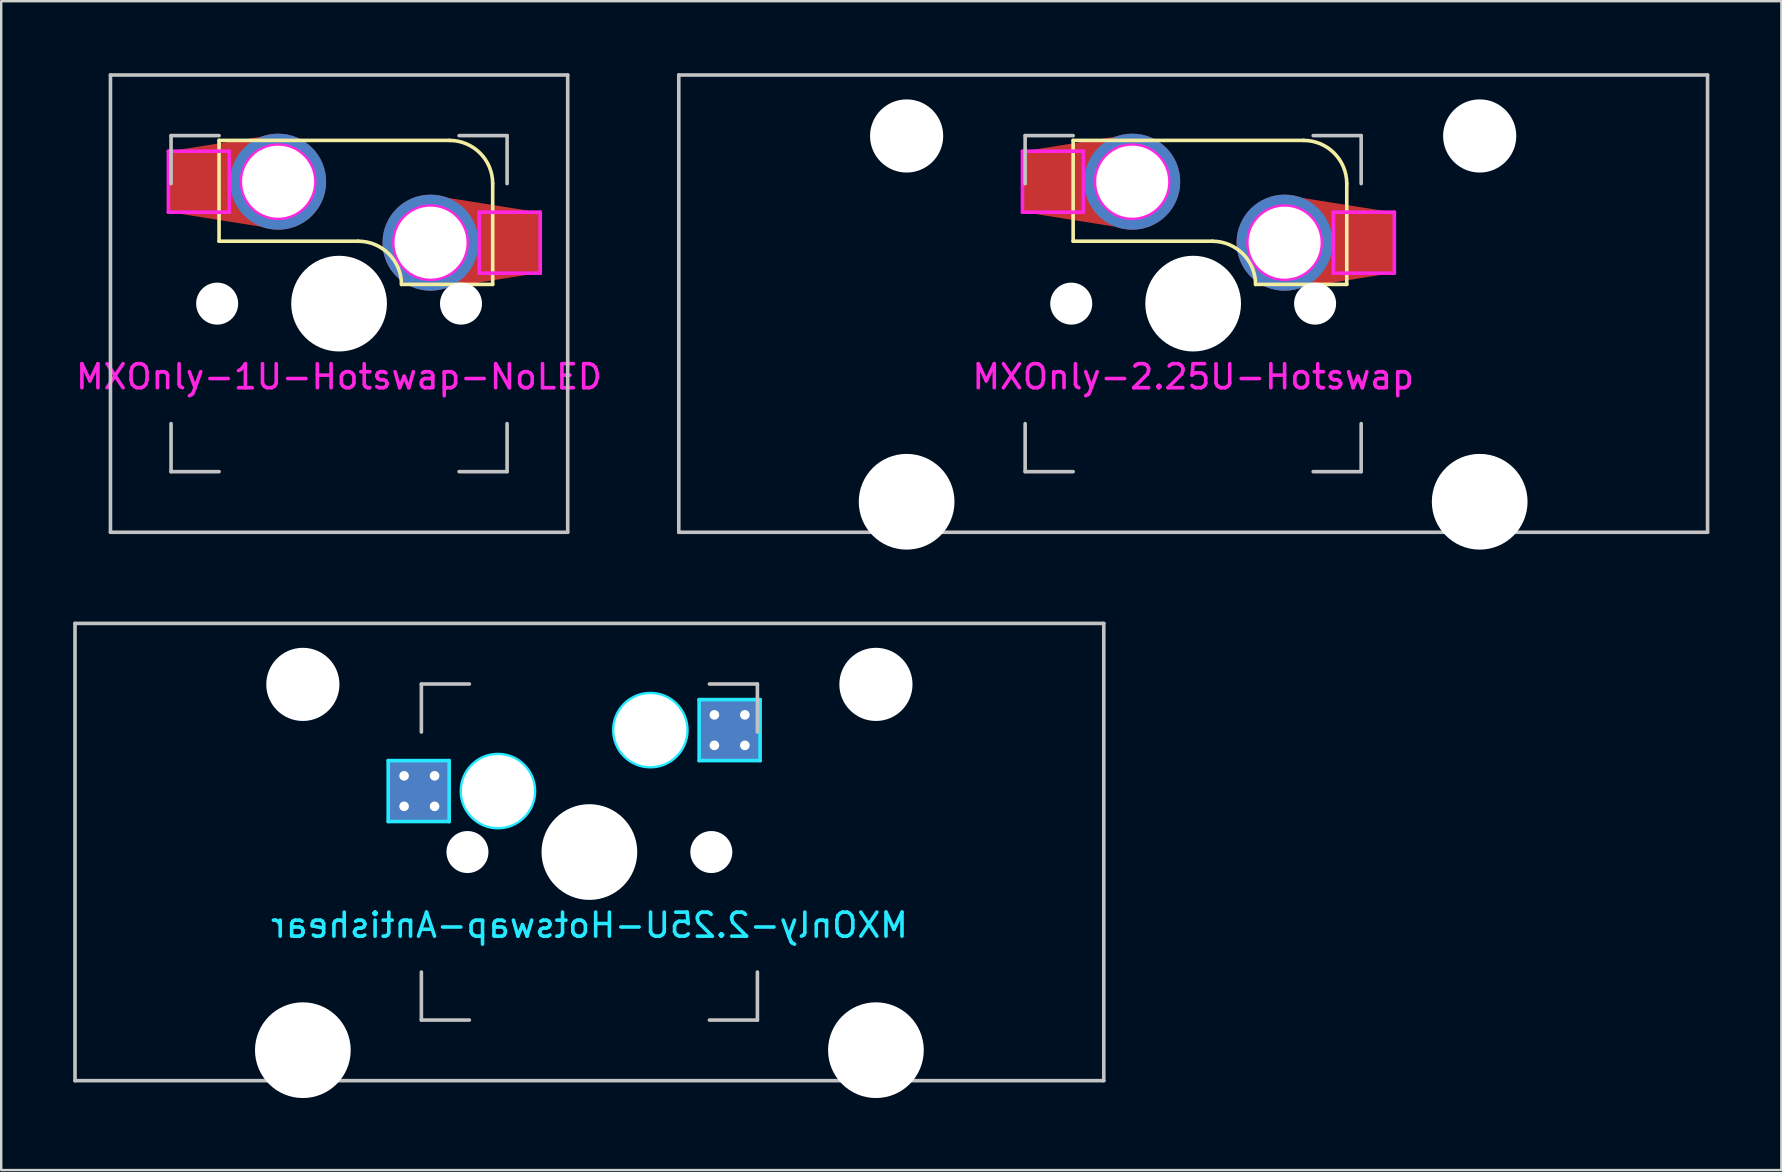
<source format=kicad_pcb>
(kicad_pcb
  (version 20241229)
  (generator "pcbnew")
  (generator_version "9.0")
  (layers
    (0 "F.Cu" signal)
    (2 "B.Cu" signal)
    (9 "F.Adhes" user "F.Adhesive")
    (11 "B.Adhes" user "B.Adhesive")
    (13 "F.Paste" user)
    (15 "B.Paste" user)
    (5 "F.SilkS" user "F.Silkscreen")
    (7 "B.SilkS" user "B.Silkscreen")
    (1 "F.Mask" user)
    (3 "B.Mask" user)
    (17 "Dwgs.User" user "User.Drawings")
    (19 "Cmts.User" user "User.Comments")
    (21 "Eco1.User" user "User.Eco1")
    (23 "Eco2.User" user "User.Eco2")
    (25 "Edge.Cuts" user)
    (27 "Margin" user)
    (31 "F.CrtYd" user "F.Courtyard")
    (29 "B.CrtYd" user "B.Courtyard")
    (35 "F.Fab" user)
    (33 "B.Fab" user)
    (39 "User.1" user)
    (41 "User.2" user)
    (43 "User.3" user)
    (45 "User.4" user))
  (footprint "MXOnly-2.25U-Hotswap-Antishear"
    (layer "F.Cu")
    (at 21.506 32.449)
    (property "Reference" "MXOnly-2.25U-Hotswap-Antishear" (at 0 3.048 0) (layer "B.CrtYd") (effects (font (size 1 1) (thickness 0.15)) (justify mirror)))
    (attr smd)
    (fp_line (start -21.431 -9.525) (end 21.431 -9.525) (stroke (width 0.15) (type solid)) (layer "Dwgs.User"))
    (fp_line (start -21.431 9.525) (end -21.431 -9.525) (stroke (width 0.15) (type solid)) (layer "Dwgs.User"))
    (fp_line (start -7 -7) (end -7 -5) (stroke (width 0.15) (type solid)) (layer "Dwgs.User"))
    (fp_line (start -7 5) (end -7 7) (stroke (width 0.15) (type solid)) (layer "Dwgs.User"))
    (fp_line (start -7 7) (end -5 7) (stroke (width 0.15) (type solid)) (layer "Dwgs.User"))
    (fp_line (start -5 -7) (end -7 -7) (stroke (width 0.15) (type solid)) (layer "Dwgs.User"))
    (fp_line (start 5 -7) (end 7 -7) (stroke (width 0.15) (type solid)) (layer "Dwgs.User"))
    (fp_line (start 5 7) (end 7 7) (stroke (width 0.15) (type solid)) (layer "Dwgs.User"))
    (fp_line (start 7 -7) (end 7 -5) (stroke (width 0.15) (type solid)) (layer "Dwgs.User"))
    (fp_line (start 7 7) (end 7 5) (stroke (width 0.15) (type solid)) (layer "Dwgs.User"))
    (fp_line (start 21.431 -9.525) (end 21.431 9.525) (stroke (width 0.15) (type solid)) (layer "Dwgs.User"))
    (fp_line (start 21.431 9.525) (end -21.431 9.525) (stroke (width 0.15) (type solid)) (layer "Dwgs.User"))
    (fp_line (start -8.382 -3.81) (end -5.842 -3.81) (stroke (width 0.15) (type solid)) (layer "B.CrtYd"))
    (fp_line (start -8.382 -1.27) (end -8.382 -3.81) (stroke (width 0.15) (type solid)) (layer "B.CrtYd"))
    (fp_line (start -5.842 -3.81) (end -5.842 -1.27) (stroke (width 0.15) (type solid)) (layer "B.CrtYd"))
    (fp_line (start -5.842 -1.27) (end -8.382 -1.27) (stroke (width 0.15) (type solid)) (layer "B.CrtYd"))
    (fp_line (start 4.572 -6.35) (end 7.112 -6.35) (stroke (width 0.15) (type solid)) (layer "B.CrtYd"))
    (fp_line (start 4.572 -3.81) (end 4.572 -6.35) (stroke (width 0.15) (type solid)) (layer "B.CrtYd"))
    (fp_line (start 7.112 -6.35) (end 7.112 -3.81) (stroke (width 0.15) (type solid)) (layer "B.CrtYd"))
    (fp_line (start 7.112 -3.81) (end 4.572 -3.81) (stroke (width 0.15) (type solid)) (layer "B.CrtYd"))
    (fp_circle (center -3.81 -2.54) (end -3.81 -4.064) (stroke (width 0.15) (type solid)) (fill no) (layer "B.CrtYd"))
    (fp_circle (center 2.54 -5.08) (end 2.54 -6.604) (stroke (width 0.15) (type solid)) (fill no) (layer "B.CrtYd"))
    (pad "" np_thru_hole circle (at -11.938 -6.985) (size 3.048 3.048) (drill 3.048) (layers "*.Cu" "*.Mask"))
    (pad "" np_thru_hole circle (at -11.938 8.255) (size 3.988 3.988) (drill 3.988) (layers "*.Cu" "*.Mask"))
    (pad "" np_thru_hole circle (at -5.08 0 48.1) (size 1.75 1.75) (drill 1.75) (layers "*.Cu" "*.Mask"))
    (pad "" np_thru_hole circle (at -3.81 -2.54) (size 3 3) (drill 3) (layers "*.Cu" "*.Mask"))
    (pad "" np_thru_hole circle (at 0 0) (size 3.988 3.988) (drill 3.988) (layers "*.Cu" "*.Mask"))
    (pad "" np_thru_hole circle (at 2.54 -5.08) (size 3 3) (drill 3) (layers "*.Cu" "*.Mask"))
    (pad "" np_thru_hole circle (at 5.08 0 48.1) (size 1.75 1.75) (drill 1.75) (layers "*.Cu" "*.Mask"))
    (pad "" np_thru_hole circle (at 11.938 -6.985) (size 3.048 3.048) (drill 3.048) (layers "*.Cu" "*.Mask"))
    (pad "" np_thru_hole circle (at 11.938 8.255) (size 3.988 3.988) (drill 3.988) (layers "*.Cu" "*.Mask"))
    (pad "1" thru_hole circle (at -7.72 -3.175) (size 0.8 0.8) (drill 0.4) (layers "*.Cu" "B.Mask"))
    (pad "1" thru_hole circle (at -7.72 -1.905) (size 0.8 0.8) (drill 0.4) (layers "*.Cu" "B.Mask"))
    (pad "1" smd rect (at -7.085 -2.54) (size 2.55 2.5) (layers "B.Cu" "B.Mask" "B.Paste"))
    (pad "1" thru_hole circle (at -6.45 -3.175) (size 0.8 0.8) (drill 0.4) (layers "*.Cu" "B.Mask"))
    (pad "1" thru_hole circle (at -6.45 -1.905) (size 0.8 0.8) (drill 0.4) (layers "*.Cu" "B.Mask"))
    (pad "2" thru_hole circle (at 5.207 -5.715) (size 0.8 0.8) (drill 0.4) (layers "*.Cu" "B.Mask"))
    (pad "2" thru_hole circle (at 5.207 -4.445) (size 0.8 0.8) (drill 0.4) (layers "*.Cu" "B.Mask"))
    (pad "2" smd rect (at 5.842 -5.08) (size 2.55 2.5) (layers "B.Cu" "B.Mask" "B.Paste"))
    (pad "2" thru_hole circle (at 6.477 -5.715) (size 0.8 0.8) (drill 0.4) (layers "*.Cu" "B.Mask"))
    (pad "2" thru_hole circle (at 6.477 -4.445) (size 0.8 0.8) (drill 0.4) (layers "*.Cu" "B.Mask")))
  (footprint "MXOnly-1U-Hotswap-NoLED"
    (layer "F.Cu")
    (at 11.077 9.6)
    (property "Reference" "MXOnly-1U-Hotswap-NoLED" (at 0 3.048 180) (layer "F.CrtYd") (effects (font (size 1 1) (thickness 0.15))))
    (attr smd)
    (fp_line (start -5 -6.8) (end 4.6 -6.8) (stroke (width 0.15) (type solid)) (layer "F.SilkS"))
    (fp_line (start -5 -2.6) (end -5 -6.8) (stroke (width 0.15) (type solid)) (layer "F.SilkS"))
    (fp_line (start 0.8 -2.6) (end -5 -2.6) (stroke (width 0.15) (type solid)) (layer "F.SilkS"))
    (fp_line (start 6.4 -5) (end 6.4 -0.8) (stroke (width 0.15) (type solid)) (layer "F.SilkS"))
    (fp_line (start 6.4 -0.8) (end 2.6 -0.8) (stroke (width 0.15) (type solid)) (layer "F.SilkS"))
    (fp_arc (start 0.8 -2.6) (mid 2.072792 -2.072792) (end 2.6 -0.8) (stroke (width 0.15) (type solid)) (layer "F.SilkS"))
    (fp_arc (start 4.6 -6.8) (mid 5.872792 -6.272792) (end 6.4 -5) (stroke (width 0.15) (type solid)) (layer "F.SilkS"))
    (fp_poly (pts (xy -5.08 -3.493) (xy -7.112 -3.81) (xy -7.112 -6.35) (xy -5.08 -6.668)) (stroke (width 0.1) (type solid)) (fill yes) (layer "F.Paste"))
    (fp_poly (pts (xy 6.477 -4.064) (xy 8.509 -3.747) (xy 8.509 -1.206) (xy 6.477 -0.889)) (stroke (width 0.1) (type solid)) (fill yes) (layer "F.Paste"))
    (fp_line (start -9.525 -9.525) (end -9.525 9.525) (stroke (width 0.15) (type solid)) (layer "Dwgs.User"))
    (fp_line (start -9.525 9.525) (end 9.525 9.525) (stroke (width 0.15) (type solid)) (layer "Dwgs.User"))
    (fp_line (start -7 -7) (end -7 -5) (stroke (width 0.15) (type solid)) (layer "Dwgs.User"))
    (fp_line (start -7 7) (end -7 5) (stroke (width 0.15) (type solid)) (layer "Dwgs.User"))
    (fp_line (start -5 -7) (end -7 -7) (stroke (width 0.15) (type solid)) (layer "Dwgs.User"))
    (fp_line (start -5 7) (end -7 7) (stroke (width 0.15) (type solid)) (layer "Dwgs.User"))
    (fp_line (start 5 -7) (end 7 -7) (stroke (width 0.15) (type solid)) (layer "Dwgs.User"))
    (fp_line (start 7 -7) (end 7 -5) (stroke (width 0.15) (type solid)) (layer "Dwgs.User"))
    (fp_line (start 7 5) (end 7 7) (stroke (width 0.15) (type solid)) (layer "Dwgs.User"))
    (fp_line (start 7 7) (end 5 7) (stroke (width 0.15) (type solid)) (layer "Dwgs.User"))
    (fp_line (start 9.525 -9.525) (end -9.525 -9.525) (stroke (width 0.15) (type solid)) (layer "Dwgs.User"))
    (fp_line (start 9.525 9.525) (end 9.525 -9.525) (stroke (width 0.15) (type solid)) (layer "Dwgs.User"))
    (fp_line (start -7.112 -6.35) (end -7.112 -3.81) (stroke (width 0.15) (type solid)) (layer "F.CrtYd"))
    (fp_line (start -7.112 -3.81) (end -4.572 -3.81) (stroke (width 0.15) (type solid)) (layer "F.CrtYd"))
    (fp_line (start -4.572 -6.35) (end -7.112 -6.35) (stroke (width 0.15) (type solid)) (layer "F.CrtYd"))
    (fp_line (start -4.572 -3.81) (end -4.572 -6.35) (stroke (width 0.15) (type solid)) (layer "F.CrtYd"))
    (fp_line (start 5.842 -3.81) (end 5.842 -1.27) (stroke (width 0.15) (type solid)) (layer "F.CrtYd"))
    (fp_line (start 5.842 -1.27) (end 8.382 -1.27) (stroke (width 0.15) (type solid)) (layer "F.CrtYd"))
    (fp_line (start 8.382 -3.81) (end 5.842 -3.81) (stroke (width 0.15) (type solid)) (layer "F.CrtYd"))
    (fp_line (start 8.382 -1.27) (end 8.382 -3.81) (stroke (width 0.15) (type solid)) (layer "F.CrtYd"))
    (fp_circle (center -2.54 -5.08) (end -2.54 -6.604) (stroke (width 0.15) (type solid)) (fill no) (layer "F.CrtYd"))
    (fp_circle (center 3.81 -2.54) (end 3.81 -4.064) (stroke (width 0.15) (type solid)) (fill no) (layer "F.CrtYd"))
    (pad "" np_thru_hole circle (at -5.08 0 131.9) (size 1.75 1.75) (drill 1.75) (layers "*.Cu" "*.Mask"))
    (pad "" np_thru_hole circle (at 0 0 180) (size 3.988 3.988) (drill 3.988) (layers "*.Cu" "*.Mask"))
    (pad "" np_thru_hole circle (at 5.08 0 131.9) (size 1.75 1.75) (drill 1.75) (layers "*.Cu" "*.Mask"))
    (pad "1" thru_hole circle (at 3.81 -2.54 180) (size 4 4) (drill 3) (layers "*.Cu" "F.Mask"))
    (pad "1" smd custom (at 7.085 -2.54 180) (size 2.55 2.5) (layers "F.Cu" "F.Mask") (options (anchor rect)) (primitives (gr_poly (pts (xy -1.195 1.219) (xy 3.275 1.93) (xy 3.275 -1.93) (xy -1.195 -1.219)) (width 0.1) (fill yes))))
    (pad "2" smd custom (at -5.841 -5.08 180) (size 2.55 2.5) (layers "F.Cu" "F.Mask") (options (anchor rect)) (primitives (gr_poly (pts (xy 1.219 -1.219) (xy -3.251 -1.93) (xy -3.251 1.93) (xy 1.219 1.219)) (width 0.1) (fill yes))))
    (pad "2" thru_hole circle (at -2.54 -5.08 180) (size 4 4) (drill 3) (layers "*.Cu" "F.Mask")))
  (footprint "MXOnly-2.25U-Hotswap"
    (layer "F.Cu")
    (at 46.661 9.6)
    (property "Reference" "MXOnly-2.25U-Hotswap" (at 0 3.048 180) (layer "F.CrtYd") (effects (font (size 1 1) (thickness 0.15))))
    (attr smd)
    (fp_line (start -5 -6.8) (end 4.6 -6.8) (stroke (width 0.15) (type solid)) (layer "F.SilkS"))
    (fp_line (start -5 -2.6) (end -5 -6.8) (stroke (width 0.15) (type solid)) (layer "F.SilkS"))
    (fp_line (start 0.8 -2.6) (end -5 -2.6) (stroke (width 0.15) (type solid)) (layer "F.SilkS"))
    (fp_line (start 6.4 -5) (end 6.4 -0.8) (stroke (width 0.15) (type solid)) (layer "F.SilkS"))
    (fp_line (start 6.4 -0.8) (end 2.6 -0.8) (stroke (width 0.15) (type solid)) (layer "F.SilkS"))
    (fp_arc (start 0.8 -2.6) (mid 2.072792 -2.072792) (end 2.6 -0.8) (stroke (width 0.15) (type solid)) (layer "F.SilkS"))
    (fp_arc (start 4.6 -6.8) (mid 5.872792 -6.272792) (end 6.4 -5) (stroke (width 0.15) (type solid)) (layer "F.SilkS"))
    (fp_poly (pts (xy -5.08 -3.493) (xy -7.112 -3.81) (xy -7.112 -6.35) (xy -5.08 -6.668)) (stroke (width 0.1) (type solid)) (fill yes) (layer "F.Paste"))
    (fp_poly (pts (xy 6.477 -4.064) (xy 8.509 -3.747) (xy 8.509 -1.206) (xy 6.477 -0.889)) (stroke (width 0.1) (type solid)) (fill yes) (layer "F.Paste"))
    (fp_line (start -21.431 -9.525) (end 21.431 -9.525) (stroke (width 0.15) (type solid)) (layer "Dwgs.User"))
    (fp_line (start -21.431 9.525) (end -21.431 -9.525) (stroke (width 0.15) (type solid)) (layer "Dwgs.User"))
    (fp_line (start -7 -7) (end -7 -5) (stroke (width 0.15) (type solid)) (layer "Dwgs.User"))
    (fp_line (start -7 7) (end -7 5) (stroke (width 0.15) (type solid)) (layer "Dwgs.User"))
    (fp_line (start -5 -7) (end -7 -7) (stroke (width 0.15) (type solid)) (layer "Dwgs.User"))
    (fp_line (start -5 7) (end -7 7) (stroke (width 0.15) (type solid)) (layer "Dwgs.User"))
    (fp_line (start 5 -7) (end 7 -7) (stroke (width 0.15) (type solid)) (layer "Dwgs.User"))
    (fp_line (start 7 -7) (end 7 -5) (stroke (width 0.15) (type solid)) (layer "Dwgs.User"))
    (fp_line (start 7 5) (end 7 7) (stroke (width 0.15) (type solid)) (layer "Dwgs.User"))
    (fp_line (start 7 7) (end 5 7) (stroke (width 0.15) (type solid)) (layer "Dwgs.User"))
    (fp_line (start 21.431 -9.525) (end 21.431 9.525) (stroke (width 0.15) (type solid)) (layer "Dwgs.User"))
    (fp_line (start 21.431 9.525) (end -21.431 9.525) (stroke (width 0.15) (type solid)) (layer "Dwgs.User"))
    (fp_line (start -7.112 -6.35) (end -7.112 -3.81) (stroke (width 0.15) (type solid)) (layer "F.CrtYd"))
    (fp_line (start -7.112 -3.81) (end -4.572 -3.81) (stroke (width 0.15) (type solid)) (layer "F.CrtYd"))
    (fp_line (start -4.572 -6.35) (end -7.112 -6.35) (stroke (width 0.15) (type solid)) (layer "F.CrtYd"))
    (fp_line (start -4.572 -3.81) (end -4.572 -6.35) (stroke (width 0.15) (type solid)) (layer "F.CrtYd"))
    (fp_line (start 5.842 -3.81) (end 5.842 -1.27) (stroke (width 0.15) (type solid)) (layer "F.CrtYd"))
    (fp_line (start 5.842 -1.27) (end 8.382 -1.27) (stroke (width 0.15) (type solid)) (layer "F.CrtYd"))
    (fp_line (start 8.382 -3.81) (end 5.842 -3.81) (stroke (width 0.15) (type solid)) (layer "F.CrtYd"))
    (fp_line (start 8.382 -1.27) (end 8.382 -3.81) (stroke (width 0.15) (type solid)) (layer "F.CrtYd"))
    (fp_circle (center -2.54 -5.08) (end -2.54 -6.604) (stroke (width 0.15) (type solid)) (fill no) (layer "F.CrtYd"))
    (fp_circle (center 3.81 -2.54) (end 3.81 -4.064) (stroke (width 0.15) (type solid)) (fill no) (layer "F.CrtYd"))
    (pad "" np_thru_hole circle (at -11.938 -6.985) (size 3.048 3.048) (drill 3.048) (layers "*.Cu" "*.Mask"))
    (pad "" np_thru_hole circle (at -11.938 8.255) (size 3.988 3.988) (drill 3.988) (layers "*.Cu" "*.Mask"))
    (pad "" np_thru_hole circle (at -5.08 0 131.9) (size 1.75 1.75) (drill 1.75) (layers "*.Cu" "*.Mask"))
    (pad "" np_thru_hole circle (at 0 0 180) (size 3.988 3.988) (drill 3.988) (layers "*.Cu" "*.Mask"))
    (pad "" np_thru_hole circle (at 5.08 0 131.9) (size 1.75 1.75) (drill 1.75) (layers "*.Cu" "*.Mask"))
    (pad "" np_thru_hole circle (at 11.938 -6.985) (size 3.048 3.048) (drill 3.048) (layers "*.Cu" "*.Mask"))
    (pad "" np_thru_hole circle (at 11.938 8.255) (size 3.988 3.988) (drill 3.988) (layers "*.Cu" "*.Mask"))
    (pad "1" thru_hole circle (at 3.81 -2.54 180) (size 4 4) (drill 3) (layers "*.Cu" "F.Mask"))
    (pad "1" smd custom (at 7.085 -2.54 180) (size 2.55 2.5) (layers "F.Cu" "F.Mask") (options (anchor rect)) (primitives (gr_poly (pts (xy -1.195 1.219) (xy 3.275 1.93) (xy 3.275 -1.93) (xy -1.195 -1.219)) (width 0.1) (fill yes))))
    (pad "2" smd custom (at -5.841 -5.08 180) (size 2.55 2.5) (layers "F.Cu" "F.Mask") (options (anchor rect)) (primitives (gr_poly (pts (xy 1.219 -1.219) (xy -3.251 -1.93) (xy -3.251 1.93) (xy 1.219 1.219)) (width 0.1) (fill yes))))
    (pad "2" thru_hole circle (at -2.54 -5.08 180) (size 4 4) (drill 3) (layers "*.Cu" "F.Mask")))
  (gr_rect
    (start -3 -3)
    (end 71.167 45.698)
    (stroke (width 0.1) (type default))
    (fill no)
    (layer "Edge.Cuts")))
</source>
